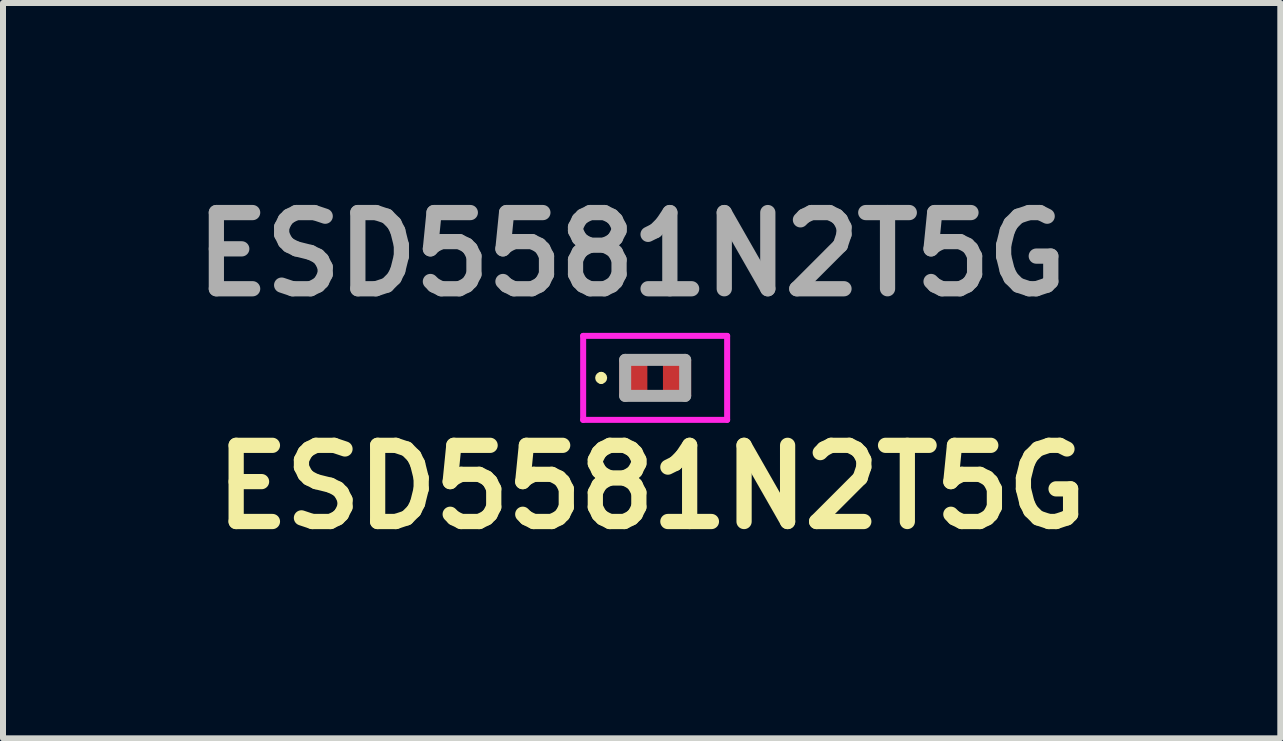
<source format=kicad_pcb>
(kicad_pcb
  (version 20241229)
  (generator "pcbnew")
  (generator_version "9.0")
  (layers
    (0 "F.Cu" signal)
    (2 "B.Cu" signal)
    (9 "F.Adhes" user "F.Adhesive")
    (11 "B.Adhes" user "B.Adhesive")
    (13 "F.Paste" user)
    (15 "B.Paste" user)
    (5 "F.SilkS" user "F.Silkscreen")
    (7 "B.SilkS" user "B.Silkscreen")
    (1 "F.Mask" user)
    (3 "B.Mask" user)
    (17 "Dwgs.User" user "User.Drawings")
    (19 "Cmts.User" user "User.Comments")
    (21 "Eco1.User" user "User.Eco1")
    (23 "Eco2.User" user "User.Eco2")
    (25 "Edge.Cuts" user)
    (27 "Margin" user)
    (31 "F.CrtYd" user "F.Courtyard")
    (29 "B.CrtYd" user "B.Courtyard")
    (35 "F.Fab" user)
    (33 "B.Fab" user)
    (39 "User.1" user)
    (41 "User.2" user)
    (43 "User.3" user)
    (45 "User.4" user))
  (footprint "ESD5581N2T5G"
    (layer "F.Cu")
    (at 7.871 3.249)
    (property "Reference" "ESD5581N2T5G" (at -0.06 1.82 0) (layer "F.SilkS") (effects (font (size 1.27 1.27) (thickness 0.254))))
    (attr smd)
    (fp_line (start -0.9 -0.05) (end -0.9 -0.05) (stroke (width 0.1) (type solid)) (layer "F.SilkS"))
    (fp_line (start -0.9 0.05) (end -0.9 0.05) (stroke (width 0.1) (type solid)) (layer "F.SilkS"))
    (fp_arc (start -0.9 -0.05) (mid -0.85 0) (end -0.9 0.05) (stroke (width 0.1) (type solid)) (layer "F.SilkS"))
    (fp_arc (start -0.9 0.05) (mid -0.95 0) (end -0.9 -0.05) (stroke (width 0.1) (type solid)) (layer "F.SilkS"))
    (fp_line (start -1.2 -0.7) (end 1.2 -0.7) (stroke (width 0.1) (type solid)) (layer "F.CrtYd"))
    (fp_line (start -1.2 0.7) (end -1.2 -0.7) (stroke (width 0.1) (type solid)) (layer "F.CrtYd"))
    (fp_line (start 1.2 -0.7) (end 1.2 0.7) (stroke (width 0.1) (type solid)) (layer "F.CrtYd"))
    (fp_line (start 1.2 0.7) (end -1.2 0.7) (stroke (width 0.1) (type solid)) (layer "F.CrtYd"))
    (fp_line (start -0.5 -0.3) (end 0.5 -0.3) (stroke (width 0.2) (type solid)) (layer "F.Fab"))
    (fp_line (start -0.5 0.3) (end -0.5 -0.3) (stroke (width 0.2) (type solid)) (layer "F.Fab"))
    (fp_line (start 0.5 -0.3) (end 0.5 0.3) (stroke (width 0.2) (type solid)) (layer "F.Fab"))
    (fp_line (start 0.5 0.3) (end -0.5 0.3) (stroke (width 0.2) (type solid)) (layer "F.Fab"))
    (fp_text user "${REFERENCE}" (at -0.39 -2.06 0) (layer "F.Fab") (effects (font (size 1.27 1.27) (thickness 0.254))))
    (pad "1" smd rect (at -0.365 0) (size 0.47 0.6) (layers "F.Cu" "F.Mask" "F.Paste"))
    (pad "2" smd rect (at 0.365 0) (size 0.47 0.6) (layers "F.Cu" "F.Mask" "F.Paste")))
  (gr_rect
    (start -3 -3)
    (end 18.292 9.257)
    (stroke (width 0.1) (type default))
    (fill no)
    (layer "Edge.Cuts")))
</source>
